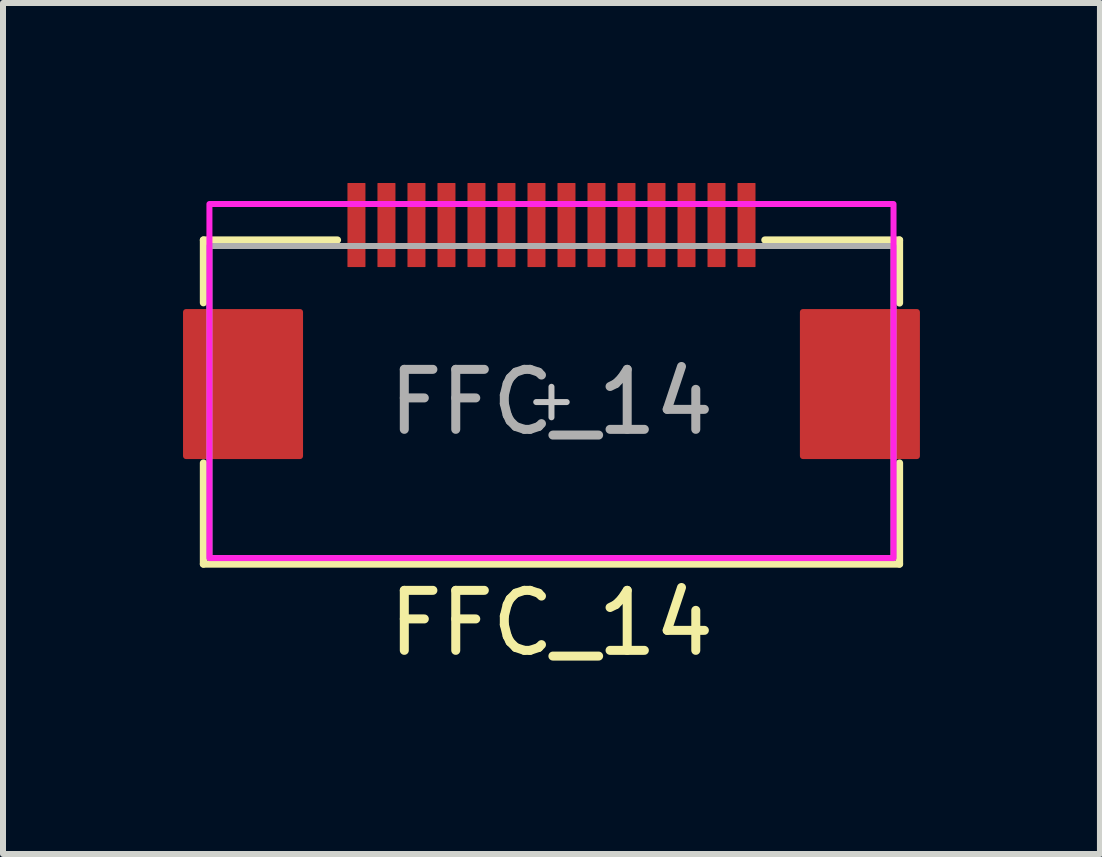
<source format=kicad_pcb>
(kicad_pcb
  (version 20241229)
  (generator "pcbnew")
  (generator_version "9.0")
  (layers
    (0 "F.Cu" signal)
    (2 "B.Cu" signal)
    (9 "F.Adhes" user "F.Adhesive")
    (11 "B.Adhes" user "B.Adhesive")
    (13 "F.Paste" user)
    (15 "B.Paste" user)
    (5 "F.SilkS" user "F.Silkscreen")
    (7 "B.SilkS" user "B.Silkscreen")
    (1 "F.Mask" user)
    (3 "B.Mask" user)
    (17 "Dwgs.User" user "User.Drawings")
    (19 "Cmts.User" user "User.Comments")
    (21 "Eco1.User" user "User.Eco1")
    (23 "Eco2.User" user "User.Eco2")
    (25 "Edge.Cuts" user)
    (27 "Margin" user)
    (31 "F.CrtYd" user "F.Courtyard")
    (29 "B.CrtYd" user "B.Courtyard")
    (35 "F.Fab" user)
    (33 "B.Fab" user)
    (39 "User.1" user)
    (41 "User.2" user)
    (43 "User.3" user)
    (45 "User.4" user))
  (footprint "FFC_14"
    (layer "F.Cu")
    (at 6.14 3.65)
    (property "Reference" "FFC_14" (at 0 3.683 0) (unlocked yes) (layer "F.SilkS") (effects (font (size 1 1) (thickness 0.15))))
    (attr smd)
    (fp_line (start -5.8 -2.7) (end -5.8 -1.655) (stroke (width 0.12) (type solid)) (layer "F.SilkS"))
    (fp_line (start -5.8 2.7) (end -5.8 1.016) (stroke (width 0.12) (type solid)) (layer "F.SilkS"))
    (fp_line (start -3.566 -2.7) (end -5.8 -2.7) (stroke (width 0.12) (type solid)) (layer "F.SilkS"))
    (fp_line (start 3.556 -2.7) (end 5.8 -2.7) (stroke (width 0.12) (type solid)) (layer "F.SilkS"))
    (fp_line (start 5.8 -2.7) (end 5.8 -1.651) (stroke (width 0.12) (type solid)) (layer "F.SilkS"))
    (fp_line (start 5.8 1.016) (end 5.8 2.7) (stroke (width 0.12) (type solid)) (layer "F.SilkS"))
    (fp_line (start 5.8 2.7) (end -5.8 2.7) (stroke (width 0.12) (type solid)) (layer "F.SilkS"))
    (fp_line (start -0.254 0) (end 0.254 0) (stroke (width 0.1) (type solid)) (layer "Dwgs.User"))
    (fp_line (start 0 -0.254) (end 0 0.254) (stroke (width 0.1) (type solid)) (layer "Dwgs.User"))
    (fp_rect (start -5.7 2.6) (end 5.7 -3.3) (stroke (width 0.1) (type solid)) (fill no) (layer "F.CrtYd"))
    (fp_rect (start -5.7 -2.6) (end 5.7 2.6) (stroke (width 0.1) (type solid)) (fill no) (layer "F.Fab"))
    (fp_text user "${REFERENCE}" (at 0 0 0) (unlocked yes) (layer "F.Fab") (effects (font (size 1 1) (thickness 0.15))))
    (pad "1" smd roundrect (at -3.25 -2.95) (size 0.3 1.4) (layers "F.Cu") (roundrect_rratio 0.025))
    (pad "2" smd roundrect (at -2.75 -2.95) (size 0.3 1.4) (layers "F.Cu") (roundrect_rratio 0.025))
    (pad "3" smd roundrect (at -2.25 -2.95) (size 0.3 1.4) (layers "F.Cu") (roundrect_rratio 0.025))
    (pad "4" smd roundrect (at -1.75 -2.95) (size 0.3 1.4) (layers "F.Cu") (roundrect_rratio 0.025))
    (pad "5" smd roundrect (at -1.25 -2.95) (size 0.3 1.4) (layers "F.Cu") (roundrect_rratio 0.025))
    (pad "6" smd roundrect (at -0.75 -2.95) (size 0.3 1.4) (layers "F.Cu") (roundrect_rratio 0.025))
    (pad "7" smd roundrect (at -0.25 -2.95) (size 0.3 1.4) (layers "F.Cu") (roundrect_rratio 0.025))
    (pad "8" smd roundrect (at 0.25 -2.95) (size 0.3 1.4) (layers "F.Cu") (roundrect_rratio 0.025))
    (pad "9" smd roundrect (at 0.75 -2.95) (size 0.3 1.4) (layers "F.Cu") (roundrect_rratio 0.025))
    (pad "10" smd roundrect (at 1.25 -2.95) (size 0.3 1.4) (layers "F.Cu") (roundrect_rratio 0.025))
    (pad "11" smd roundrect (at 1.75 -2.95) (size 0.3 1.4) (layers "F.Cu") (roundrect_rratio 0.025))
    (pad "12" smd roundrect (at 2.25 -2.95) (size 0.3 1.4) (layers "F.Cu") (roundrect_rratio 0.025))
    (pad "13" smd roundrect (at 2.75 -2.95) (size 0.3 1.4) (layers "F.Cu") (roundrect_rratio 0.025))
    (pad "14" smd roundrect (at 3.25 -2.95) (size 0.3 1.4) (layers "F.Cu") (roundrect_rratio 0.025))
    (pad "MP" smd roundrect (at -5.14 -0.3 180) (size 2 2.5) (layers "F.Cu") (roundrect_rratio 0.025))
    (pad "MP" smd roundrect (at 5.14 -0.3 180) (size 2 2.5) (layers "F.Cu") (roundrect_rratio 0.025)))
  (gr_rect
    (start -3 -3)
    (end 15.28 11.181)
    (stroke (width 0.1) (type default))
    (fill no)
    (layer "Edge.Cuts")))
</source>
